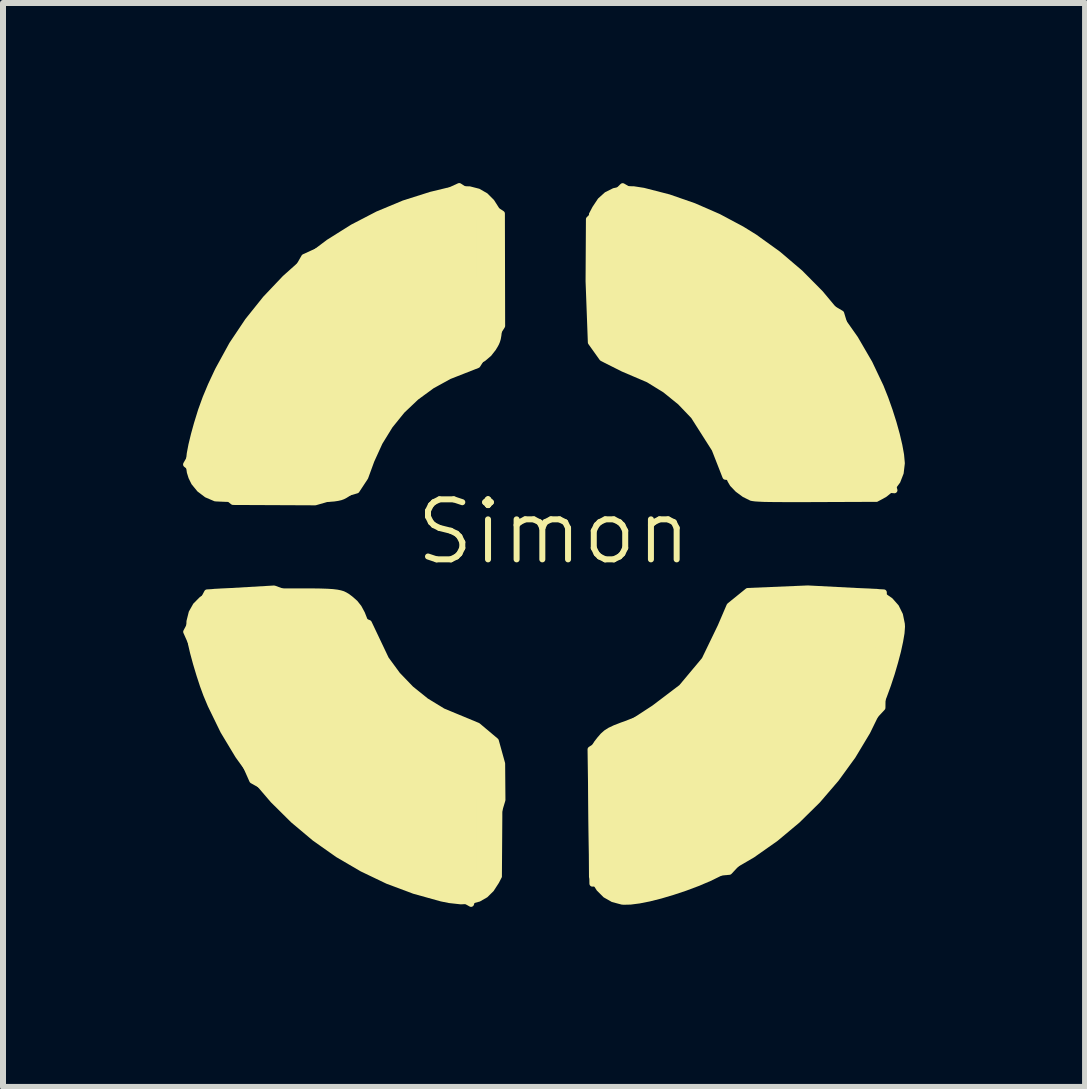
<source format=kicad_pcb>
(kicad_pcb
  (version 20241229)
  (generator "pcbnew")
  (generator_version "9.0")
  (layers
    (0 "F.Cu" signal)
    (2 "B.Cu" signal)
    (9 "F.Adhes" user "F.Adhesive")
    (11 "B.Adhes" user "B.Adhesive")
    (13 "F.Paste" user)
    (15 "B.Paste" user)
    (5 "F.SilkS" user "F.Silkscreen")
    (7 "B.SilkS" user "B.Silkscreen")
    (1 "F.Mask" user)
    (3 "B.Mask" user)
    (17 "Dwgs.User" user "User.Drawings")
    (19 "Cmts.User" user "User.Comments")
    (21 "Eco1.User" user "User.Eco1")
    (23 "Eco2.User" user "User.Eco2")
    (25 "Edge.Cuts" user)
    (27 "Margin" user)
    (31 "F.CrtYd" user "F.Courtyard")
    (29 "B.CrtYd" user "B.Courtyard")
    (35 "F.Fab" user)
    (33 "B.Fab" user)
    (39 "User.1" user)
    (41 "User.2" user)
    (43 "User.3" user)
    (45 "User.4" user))
  (footprint "Simon"
    (layer "F.Cu")
    (at 6.176 6.312)
    (property "Reference" "Simon" (at 0 -0.5 0) (unlocked yes) (layer "F.SilkS") (effects (font (size 1 1) (thickness 0.1))))
    (attr smd)
    (fp_poly (pts (xy 4.234 0.442) (xy 5.499 0.508) (xy 5.476 2.43) (xy 2.925 5.163) (xy 0.644 5.36) (xy 0.613 3.124) (xy 1.67 2.436) (xy 2.128 2.089) (xy 2.512 1.63) (xy 2.78 1.075) (xy 2.928 0.73) (xy 3.232 0.484)) (stroke (width 0.1) (type solid)) (fill yes) (layer "F.SilkS"))
    (fp_poly (pts (xy 1.148 -6.26) (xy 4.789 -4.14) (xy 5.676 -1.194) (xy 2.86 -1.419) (xy 2.68 -1.879) (xy 2.33 -2.429) (xy 2.107 -2.662) (xy 1.855 -2.866) (xy 1.576 -3.038) (xy 1.155 -3.218) (xy 0.807 -3.393) (xy 0.618 -3.658) (xy 0.58 -4.678) (xy 0.586 -5.709)) (stroke (width 0.1) (type solid)) (fill yes) (layer "F.SilkS"))
    (fp_poly (pts (xy -4.66 0.443) (xy -3.081 1.017) (xy -2.795 1.619) (xy -2.603 1.881) (xy -2.379 2.114) (xy -2.127 2.317) (xy -1.847 2.488) (xy -1.266 2.729) (xy -0.965 2.982) (xy -0.86 3.36) (xy -0.855 3.966) (xy -1.378 5.697) (xy -5.023 3.642) (xy -6.124 1.164) (xy -5.776 0.508)) (stroke (width 0.1) (type solid)) (fill yes) (layer "F.SilkS"))
    (fp_poly (pts (xy -6.126 -1.624) (xy -4.158 -5.08) (xy -1.575 -6.262) (xy -0.864 -5.803) (xy -0.86 -3.932) (xy -1.27 -3.279) (xy -1.741 -3.094) (xy -2.03 -2.935) (xy -2.292 -2.743) (xy -2.526 -2.521) (xy -2.729 -2.27) (xy -2.9 -1.992) (xy -3.038 -1.689) (xy -3.14 -1.41) (xy -3.284 -1.191) (xy -3.974 -0.993) (xy -5.343 -0.999)) (stroke (width 0.1) (type solid)) (fill yes) (layer "F.SilkS"))
    (fp_poly (pts (xy -4.015 1.299) (xy -3.969 1.312) (xy -3.928 1.34) (xy -3.888 1.388) (xy -3.843 1.462) (xy -3.789 1.567) (xy -3.748 1.651) (xy -3.582 1.965) (xy -3.405 2.239) (xy -3.214 2.475) (xy -3.189 2.503) (xy -3.125 2.574) (xy -3.069 2.639) (xy -3.032 2.687) (xy -3.021 2.703) (xy -2.996 2.79) (xy -3.009 2.873) (xy -3.052 2.943) (xy -3.121 2.992) (xy -3.209 3.01) (xy -3.271 3.004) (xy -3.325 2.979) (xy -3.385 2.93) (xy -3.483 2.832) (xy -3.589 2.709) (xy -3.697 2.568) (xy -3.806 2.415) (xy -3.91 2.255) (xy -4.007 2.095) (xy -4.094 1.939) (xy -4.166 1.794) (xy -4.22 1.666) (xy -4.253 1.56) (xy -4.261 1.496) (xy -4.243 1.419) (xy -4.195 1.352) (xy -4.128 1.308) (xy -4.071 1.296)) (stroke (width 0) (type solid)) (fill yes) (layer "F.SilkS"))
    (fp_poly (pts (xy 3.864 1.304) (xy 3.917 1.336) (xy 3.943 1.362) (xy 3.98 1.409) (xy 4 1.459) (xy 4.003 1.517) (xy 3.987 1.59) (xy 3.952 1.685) (xy 3.896 1.808) (xy 3.869 1.864) (xy 3.712 2.161) (xy 3.547 2.426) (xy 3.366 2.666) (xy 3.185 2.87) (xy 3.119 2.938) (xy 3.072 2.979) (xy 3.034 3.001) (xy 2.995 3.009) (xy 2.958 3.01) (xy 2.886 3.002) (xy 2.83 2.972) (xy 2.803 2.948) (xy 2.758 2.889) (xy 2.741 2.823) (xy 2.741 2.798) (xy 2.744 2.751) (xy 2.759 2.709) (xy 2.791 2.661) (xy 2.847 2.597) (xy 2.865 2.577) (xy 3.113 2.282) (xy 3.319 1.983) (xy 3.483 1.679) (xy 3.566 1.482) (xy 3.618 1.383) (xy 3.685 1.322) (xy 3.77 1.297) (xy 3.796 1.296)) (stroke (width 0) (type solid)) (fill yes) (layer "F.SilkS"))
    (fp_poly (pts (xy -1.831 -5.285) (xy -1.788 -5.251) (xy -1.776 -5.239) (xy -1.728 -5.165) (xy -1.712 -5.083) (xy -1.728 -5.002) (xy -1.773 -4.934) (xy -1.833 -4.896) (xy -1.878 -4.878) (xy -1.951 -4.851) (xy -2.042 -4.817) (xy -2.107 -4.794) (xy -2.442 -4.652) (xy -2.776 -4.477) (xy -3.094 -4.274) (xy -3.38 -4.056) (xy -3.463 -3.988) (xy -3.524 -3.944) (xy -3.57 -3.919) (xy -3.61 -3.908) (xy -3.644 -3.906) (xy -3.716 -3.916) (xy -3.776 -3.954) (xy -3.791 -3.968) (xy -3.842 -4.046) (xy -3.855 -4.132) (xy -3.83 -4.216) (xy -3.805 -4.251) (xy -3.707 -4.351) (xy -3.578 -4.46) (xy -3.422 -4.574) (xy -3.248 -4.691) (xy -3.06 -4.807) (xy -2.865 -4.918) (xy -2.669 -5.021) (xy -2.479 -5.113) (xy -2.3 -5.19) (xy -2.138 -5.248) (xy -2.001 -5.285) (xy -1.942 -5.294) (xy -1.876 -5.297)) (stroke (width 0) (type solid)) (fill yes) (layer "F.SilkS"))
    (fp_poly (pts (xy 1.646 -5.296) (xy 1.665 -5.294) (xy 1.76 -5.275) (xy 1.884 -5.237) (xy 2.031 -5.182) (xy 2.192 -5.115) (xy 2.361 -5.038) (xy 2.53 -4.954) (xy 2.692 -4.867) (xy 2.84 -4.78) (xy 2.889 -4.748) (xy 3.035 -4.65) (xy 3.172 -4.552) (xy 3.297 -4.457) (xy 3.403 -4.37) (xy 3.485 -4.296) (xy 3.537 -4.237) (xy 3.549 -4.22) (xy 3.576 -4.134) (xy 3.566 -4.051) (xy 3.526 -3.978) (xy 3.459 -3.927) (xy 3.374 -3.906) (xy 3.367 -3.906) (xy 3.323 -3.909) (xy 3.281 -3.924) (xy 3.231 -3.954) (xy 3.164 -4.006) (xy 3.113 -4.047) (xy 2.82 -4.27) (xy 2.502 -4.473) (xy 2.172 -4.648) (xy 1.841 -4.789) (xy 1.83 -4.793) (xy 1.734 -4.829) (xy 1.648 -4.861) (xy 1.582 -4.885) (xy 1.555 -4.896) (xy 1.487 -4.943) (xy 1.447 -5.013) (xy 1.436 -5.095) (xy 1.455 -5.177) (xy 1.498 -5.239) (xy 1.544 -5.279) (xy 1.586 -5.296)) (stroke (width 0) (type solid)) (fill yes) (layer "F.SilkS"))
    (fp_poly (pts (xy -4.03 0.441) (xy -3.887 0.443) (xy -3.77 0.447) (xy -3.677 0.453) (xy -3.603 0.462) (xy -3.544 0.474) (xy -3.495 0.489) (xy -3.454 0.509) (xy -3.415 0.532) (xy -3.376 0.561) (xy -3.356 0.576) (xy -3.273 0.649) (xy -3.206 0.734) (xy -3.149 0.84) (xy -3.095 0.977) (xy -3.081 1.017) (xy -2.955 1.331) (xy -2.795 1.619) (xy -2.603 1.881) (xy -2.379 2.114) (xy -2.127 2.317) (xy -1.847 2.488) (xy -1.542 2.626) (xy -1.427 2.667) (xy -1.266 2.729) (xy -1.14 2.799) (xy -1.042 2.882) (xy -0.965 2.982) (xy -0.939 3.024) (xy -0.918 3.063) (xy -0.9 3.103) (xy -0.886 3.149) (xy -0.875 3.204) (xy -0.866 3.274) (xy -0.86 3.36) (xy -0.857 3.469) (xy -0.855 3.603) (xy -0.855 3.768) (xy -0.855 3.966) (xy -0.857 4.202) (xy -0.857 4.254) (xy -0.864 5.25) (xy -0.914 5.347) (xy -1.002 5.483) (xy -1.107 5.587) (xy -1.231 5.658) (xy -1.378 5.697) (xy -1.55 5.705) (xy -1.749 5.683) (xy -1.882 5.656) (xy -2.342 5.528) (xy -2.788 5.361) (xy -3.216 5.156) (xy -3.625 4.917) (xy -4.012 4.644) (xy -4.375 4.339) (xy -4.713 4.004) (xy -5.023 3.642) (xy -5.302 3.254) (xy -5.55 2.842) (xy -5.762 2.407) (xy -5.837 2.228) (xy -5.893 2.075) (xy -5.952 1.895) (xy -6.009 1.705) (xy -6.059 1.52) (xy -6.094 1.369) (xy -6.124 1.164) (xy -6.122 1.069) (xy -5.695 1.069) (xy -5.69 1.145) (xy -5.673 1.247) (xy -5.645 1.377) (xy -5.523 1.822) (xy -5.363 2.25) (xy -5.168 2.658) (xy -4.938 3.046) (xy -4.676 3.41) (xy -4.385 3.749) (xy -4.065 4.062) (xy -3.719 4.345) (xy -3.349 4.597) (xy -2.956 4.816) (xy -2.543 4.999) (xy -2.112 5.146) (xy -1.931 5.195) (xy -1.807 5.226) (xy -1.718 5.248) (xy -1.654 5.262) (xy -1.609 5.271) (xy -1.575 5.276) (xy -1.543 5.279) (xy -1.507 5.28) (xy -1.5 5.28) (xy -1.43 5.275) (xy -1.378 5.25) (xy -1.344 5.22) (xy -1.282 5.157) (xy -1.282 4.213) (xy -1.282 3.957) (xy -1.283 3.742) (xy -1.286 3.567) (xy -1.289 3.428) (xy -1.293 3.325) (xy -1.298 3.256) (xy -1.305 3.219) (xy -1.306 3.216) (xy -1.352 3.165) (xy -1.429 3.127) (xy -1.688 3.031) (xy -1.911 2.936) (xy -2.108 2.836) (xy -2.286 2.727) (xy -2.454 2.605) (xy -2.618 2.464) (xy -2.751 2.336) (xy -2.91 2.168) (xy -3.047 2.004) (xy -3.166 1.835) (xy -3.273 1.654) (xy -3.371 1.452) (xy -3.466 1.221) (xy -3.542 1.015) (xy -3.583 0.933) (xy -3.63 0.891) (xy -3.661 0.885) (xy -3.724 0.879) (xy -3.82 0.875) (xy -3.951 0.871) (xy -4.119 0.869) (xy -4.326 0.867) (xy -4.574 0.867) (xy -4.628 0.867) (xy -5.572 0.867) (xy -5.634 0.93) (xy -5.668 0.969) (xy -5.688 1.013) (xy -5.695 1.069) (xy -6.122 1.069) (xy -6.119 0.984) (xy -6.08 0.828) (xy -6.006 0.696) (xy -5.896 0.585) (xy -5.776 0.508) (xy -5.665 0.449) (xy -4.66 0.443) (xy -4.412 0.441) (xy -4.204 0.441)) (stroke (width 0) (type solid)) (fill yes) (layer "F.SilkS"))
    (fp_poly (pts (xy 1.332 -6.259) (xy 1.506 -6.232) (xy 1.93 -6.123) (xy 2.353 -5.976) (xy 2.766 -5.796) (xy 3.158 -5.587) (xy 3.373 -5.454) (xy 3.769 -5.169) (xy 4.139 -4.854) (xy 4.48 -4.51) (xy 4.789 -4.14) (xy 5.065 -3.748) (xy 5.305 -3.335) (xy 5.492 -2.941) (xy 5.571 -2.743) (xy 5.644 -2.537) (xy 5.709 -2.332) (xy 5.764 -2.134) (xy 5.807 -1.951) (xy 5.836 -1.791) (xy 5.848 -1.66) (xy 5.849 -1.64) (xy 5.829 -1.472) (xy 5.771 -1.323) (xy 5.676 -1.194) (xy 5.545 -1.087) (xy 5.484 -1.052) (xy 5.388 -1.001) (xy 4.37 -0.997) (xy 4.124 -0.996) (xy 3.918 -0.996) (xy 3.748 -0.997) (xy 3.609 -0.998) (xy 3.5 -1) (xy 3.416 -1.004) (xy 3.353 -1.008) (xy 3.308 -1.014) (xy 3.278 -1.02) (xy 3.271 -1.023) (xy 3.15 -1.083) (xy 3.034 -1.168) (xy 2.942 -1.264) (xy 2.937 -1.271) (xy 2.901 -1.332) (xy 2.86 -1.419) (xy 2.821 -1.518) (xy 2.804 -1.567) (xy 2.68 -1.879) (xy 2.521 -2.167) (xy 2.33 -2.429) (xy 2.107 -2.662) (xy 1.855 -2.866) (xy 1.576 -3.038) (xy 1.271 -3.177) (xy 1.155 -3.218) (xy 1.009 -3.273) (xy 0.896 -3.329) (xy 0.807 -3.393) (xy 0.732 -3.471) (xy 0.714 -3.494) (xy 0.683 -3.535) (xy 0.657 -3.574) (xy 0.635 -3.613) (xy 0.618 -3.658) (xy 0.604 -3.711) (xy 0.594 -3.778) (xy 0.587 -3.862) (xy 0.582 -3.967) (xy 0.579 -4.097) (xy 0.578 -4.256) (xy 0.578 -4.449) (xy 0.58 -4.678) (xy 0.58 -4.798) (xy 0.586 -5.709) (xy 1.004 -5.709) (xy 1.004 -4.766) (xy 1.005 -4.51) (xy 1.006 -4.295) (xy 1.008 -4.119) (xy 1.012 -3.981) (xy 1.016 -3.878) (xy 1.021 -3.809) (xy 1.028 -3.772) (xy 1.029 -3.768) (xy 1.075 -3.717) (xy 1.152 -3.679) (xy 1.411 -3.584) (xy 1.634 -3.488) (xy 1.831 -3.389) (xy 2.009 -3.28) (xy 2.177 -3.157) (xy 2.341 -3.016) (xy 2.474 -2.888) (xy 2.633 -2.721) (xy 2.77 -2.557) (xy 2.889 -2.388) (xy 2.995 -2.207) (xy 3.094 -2.005) (xy 3.188 -1.775) (xy 3.265 -1.567) (xy 3.298 -1.498) (xy 3.336 -1.452) (xy 3.347 -1.445) (xy 3.383 -1.439) (xy 3.461 -1.433) (xy 3.582 -1.429) (xy 3.744 -1.425) (xy 3.949 -1.423) (xy 4.195 -1.421) (xy 4.345 -1.421) (xy 5.295 -1.419) (xy 5.36 -1.485) (xy 5.396 -1.524) (xy 5.414 -1.558) (xy 5.419 -1.603) (xy 5.414 -1.674) (xy 5.413 -1.683) (xy 5.39 -1.834) (xy 5.349 -2.014) (xy 5.294 -2.214) (xy 5.227 -2.424) (xy 5.151 -2.636) (xy 5.069 -2.841) (xy 4.991 -3.016) (xy 4.799 -3.38) (xy 4.582 -3.718) (xy 4.336 -4.039) (xy 4.053 -4.352) (xy 3.996 -4.41) (xy 3.684 -4.7) (xy 3.365 -4.953) (xy 3.03 -5.175) (xy 2.672 -5.371) (xy 2.601 -5.405) (xy 2.409 -5.492) (xy 2.201 -5.574) (xy 1.987 -5.65) (xy 1.776 -5.716) (xy 1.577 -5.77) (xy 1.399 -5.809) (xy 1.268 -5.828) (xy 1.194 -5.834) (xy 1.147 -5.83) (xy 1.112 -5.813) (xy 1.074 -5.779) (xy 1.07 -5.775) (xy 1.004 -5.709) (xy 0.586 -5.709) (xy 0.587 -5.803) (xy 0.645 -5.914) (xy 0.738 -6.054) (xy 0.853 -6.158) (xy 0.989 -6.226) (xy 1.148 -6.26)) (stroke (width 0) (type solid)) (fill yes) (layer "F.SilkS"))
    (fp_poly (pts (xy -1.396 -6.257) (xy -1.24 -6.217) (xy -1.107 -6.141) (xy -0.996 -6.03) (xy -0.922 -5.914) (xy -0.864 -5.803) (xy -0.857 -4.806) (xy -0.855 -4.562) (xy -0.855 -4.356) (xy -0.855 -4.186) (xy -0.856 -4.046) (xy -0.86 -3.932) (xy -0.865 -3.841) (xy -0.873 -3.769) (xy -0.883 -3.711) (xy -0.897 -3.664) (xy -0.914 -3.623) (xy -0.935 -3.584) (xy -0.96 -3.543) (xy -0.965 -3.534) (xy -1.044 -3.433) (xy -1.143 -3.349) (xy -1.27 -3.279) (xy -1.427 -3.219) (xy -1.741 -3.094) (xy -2.03 -2.935) (xy -2.292 -2.743) (xy -2.526 -2.521) (xy -2.729 -2.27) (xy -2.9 -1.992) (xy -3.038 -1.689) (xy -3.081 -1.567) (xy -3.14 -1.41) (xy -3.206 -1.287) (xy -3.284 -1.191) (xy -3.373 -1.118) (xy -3.416 -1.089) (xy -3.455 -1.065) (xy -3.494 -1.045) (xy -3.538 -1.029) (xy -3.591 -1.017) (xy -3.657 -1.007) (xy -3.74 -1.001) (xy -3.844 -0.996) (xy -3.974 -0.993) (xy -4.133 -0.992) (xy -4.325 -0.992) (xy -4.555 -0.992) (xy -4.623 -0.992) (xy -4.825 -0.993) (xy -5.016 -0.994) (xy -5.19 -0.996) (xy -5.343 -0.999) (xy -5.471 -1.001) (xy -5.569 -1.005) (xy -5.632 -1.008) (xy -5.654 -1.011) (xy -5.808 -1.077) (xy -5.936 -1.174) (xy -6.035 -1.295) (xy -6.084 -1.395) (xy -6.112 -1.485) (xy -6.126 -1.58) (xy -6.126 -1.624) (xy -5.695 -1.624) (xy -5.688 -1.568) (xy -5.669 -1.524) (xy -5.637 -1.485) (xy -5.634 -1.482) (xy -5.572 -1.419) (xy -4.619 -1.419) (xy -4.392 -1.419) (xy -4.204 -1.42) (xy -4.051 -1.42) (xy -3.929 -1.422) (xy -3.834 -1.424) (xy -3.762 -1.427) (xy -3.709 -1.431) (xy -3.672 -1.436) (xy -3.647 -1.442) (xy -3.629 -1.451) (xy -3.614 -1.461) (xy -3.612 -1.462) (xy -3.569 -1.516) (xy -3.526 -1.61) (xy -3.501 -1.68) (xy -3.376 -2.002) (xy -3.212 -2.307) (xy -3.015 -2.592) (xy -2.787 -2.855) (xy -2.531 -3.091) (xy -2.252 -3.298) (xy -1.952 -3.471) (xy -1.635 -3.607) (xy -1.543 -3.639) (xy -1.483 -3.657) (xy -1.433 -3.673) (xy -1.392 -3.69) (xy -1.359 -3.712) (xy -1.333 -3.742) (xy -1.314 -3.785) (xy -1.3 -3.844) (xy -1.291 -3.923) (xy -1.285 -4.026) (xy -1.282 -4.157) (xy -1.281 -4.319) (xy -1.281 -4.516) (xy -1.282 -4.752) (xy -1.282 -4.757) (xy -1.282 -5.709) (xy -1.344 -5.772) (xy -1.383 -5.805) (xy -1.426 -5.825) (xy -1.481 -5.833) (xy -1.555 -5.829) (xy -1.655 -5.812) (xy -1.789 -5.784) (xy -1.8 -5.781) (xy -2.235 -5.661) (xy -2.662 -5.501) (xy -3.077 -5.302) (xy -3.476 -5.067) (xy -3.747 -4.879) (xy -3.883 -4.77) (xy -4.036 -4.636) (xy -4.196 -4.484) (xy -4.357 -4.323) (xy -4.508 -4.162) (xy -4.641 -4.01) (xy -4.741 -3.884) (xy -5.001 -3.501) (xy -5.226 -3.097) (xy -5.414 -2.678) (xy -5.562 -2.248) (xy -5.643 -1.938) (xy -5.673 -1.802) (xy -5.69 -1.699) (xy -5.695 -1.624) (xy -6.126 -1.624) (xy -6.127 -1.688) (xy -6.114 -1.812) (xy -6.086 -1.959) (xy -6.043 -2.136) (xy -5.994 -2.313) (xy -5.925 -2.537) (xy -5.848 -2.75) (xy -5.758 -2.965) (xy -5.649 -3.198) (xy -5.633 -3.23) (xy -5.403 -3.65) (xy -5.138 -4.046) (xy -4.84 -4.418) (xy -4.513 -4.763) (xy -4.158 -5.08) (xy -3.779 -5.366) (xy -3.376 -5.619) (xy -2.954 -5.838) (xy -2.515 -6.021) (xy -2.061 -6.165) (xy -1.78 -6.233) (xy -1.575 -6.262)) (stroke (width 0) (type solid)) (fill yes) (layer "F.SilkS"))
    (fp_poly (pts (xy 4.009 0.441) (xy 4.234 0.442) (xy 4.383 0.443) (xy 5.388 0.449) (xy 5.499 0.508) (xy 5.639 0.604) (xy 5.746 0.725) (xy 5.816 0.867) (xy 5.849 1.028) (xy 5.852 1.08) (xy 5.844 1.19) (xy 5.82 1.331) (xy 5.784 1.497) (xy 5.736 1.679) (xy 5.68 1.871) (xy 5.616 2.065) (xy 5.547 2.254) (xy 5.476 2.43) (xy 5.475 2.432) (xy 5.268 2.855) (xy 5.024 3.261) (xy 4.745 3.645) (xy 4.434 4.007) (xy 4.094 4.342) (xy 3.728 4.648) (xy 3.337 4.923) (xy 2.925 5.163) (xy 2.612 5.316) (xy 2.411 5.401) (xy 2.203 5.479) (xy 1.995 5.548) (xy 1.793 5.608) (xy 1.603 5.656) (xy 1.431 5.69) (xy 1.283 5.709) (xy 1.165 5.712) (xy 1.13 5.709) (xy 0.968 5.666) (xy 0.831 5.588) (xy 0.718 5.475) (xy 0.644 5.36) (xy 0.587 5.25) (xy 0.58 4.245) (xy 0.58 4.213) (xy 1.004 4.213) (xy 1.004 5.157) (xy 1.07 5.223) (xy 1.109 5.259) (xy 1.143 5.277) (xy 1.188 5.281) (xy 1.259 5.276) (xy 1.268 5.275) (xy 1.344 5.264) (xy 1.446 5.245) (xy 1.561 5.22) (xy 1.654 5.197) (xy 2.1 5.06) (xy 2.533 4.882) (xy 2.951 4.666) (xy 3.35 4.412) (xy 3.486 4.314) (xy 3.609 4.215) (xy 3.749 4.091) (xy 3.899 3.95) (xy 4.05 3.8) (xy 4.194 3.649) (xy 4.323 3.505) (xy 4.429 3.378) (xy 4.451 3.349) (xy 4.715 2.961) (xy 4.944 2.554) (xy 5.134 2.131) (xy 5.181 2.009) (xy 5.235 1.852) (xy 5.287 1.684) (xy 5.333 1.516) (xy 5.372 1.359) (xy 5.4 1.221) (xy 5.413 1.131) (xy 5.419 1.056) (xy 5.415 1.009) (xy 5.399 0.975) (xy 5.365 0.937) (xy 5.36 0.932) (xy 5.295 0.867) (xy 4.351 0.867) (xy 4.095 0.867) (xy 3.88 0.869) (xy 3.704 0.871) (xy 3.566 0.874) (xy 3.463 0.878) (xy 3.394 0.884) (xy 3.357 0.89) (xy 3.353 0.891) (xy 3.302 0.937) (xy 3.265 1.015) (xy 3.169 1.273) (xy 3.074 1.497) (xy 2.974 1.694) (xy 2.865 1.872) (xy 2.742 2.039) (xy 2.601 2.203) (xy 2.474 2.336) (xy 2.306 2.495) (xy 2.142 2.632) (xy 1.973 2.751) (xy 1.791 2.858) (xy 1.589 2.956) (xy 1.359 3.051) (xy 1.152 3.127) (xy 1.07 3.168) (xy 1.029 3.216) (xy 1.022 3.247) (xy 1.017 3.309) (xy 1.012 3.405) (xy 1.009 3.536) (xy 1.007 3.704) (xy 1.005 3.911) (xy 1.005 4.159) (xy 1.004 4.213) (xy 0.58 4.213) (xy 0.579 3.997) (xy 0.578 3.788) (xy 0.579 3.613) (xy 0.58 3.47) (xy 0.584 3.353) (xy 0.591 3.259) (xy 0.6 3.184) (xy 0.613 3.124) (xy 0.629 3.075) (xy 0.65 3.033) (xy 0.675 2.993) (xy 0.706 2.953) (xy 0.726 2.927) (xy 0.783 2.861) (xy 0.841 2.809) (xy 0.911 2.764) (xy 1.002 2.721) (xy 1.121 2.675) (xy 1.176 2.656) (xy 1.439 2.553) (xy 1.67 2.436) (xy 1.879 2.299) (xy 2.078 2.135) (xy 2.128 2.089) (xy 2.336 1.868) (xy 2.512 1.63) (xy 2.658 1.368) (xy 2.78 1.075) (xy 2.793 1.04) (xy 2.841 0.907) (xy 2.885 0.806) (xy 2.928 0.73) (xy 2.977 0.668) (xy 3.036 0.611) (xy 3.065 0.588) (xy 3.108 0.555) (xy 3.147 0.526) (xy 3.187 0.503) (xy 3.232 0.484) (xy 3.285 0.469) (xy 3.351 0.458) (xy 3.434 0.45) (xy 3.537 0.445) (xy 3.664 0.442) (xy 3.82 0.441)) (stroke (width 0) (type solid)) (fill yes) (layer "F.SilkS")))
  (gr_rect
    (start -3 -3)
    (end 15.028 15.059)
    (stroke (width 0.1) (type default))
    (fill no)
    (layer "Edge.Cuts")))
</source>
